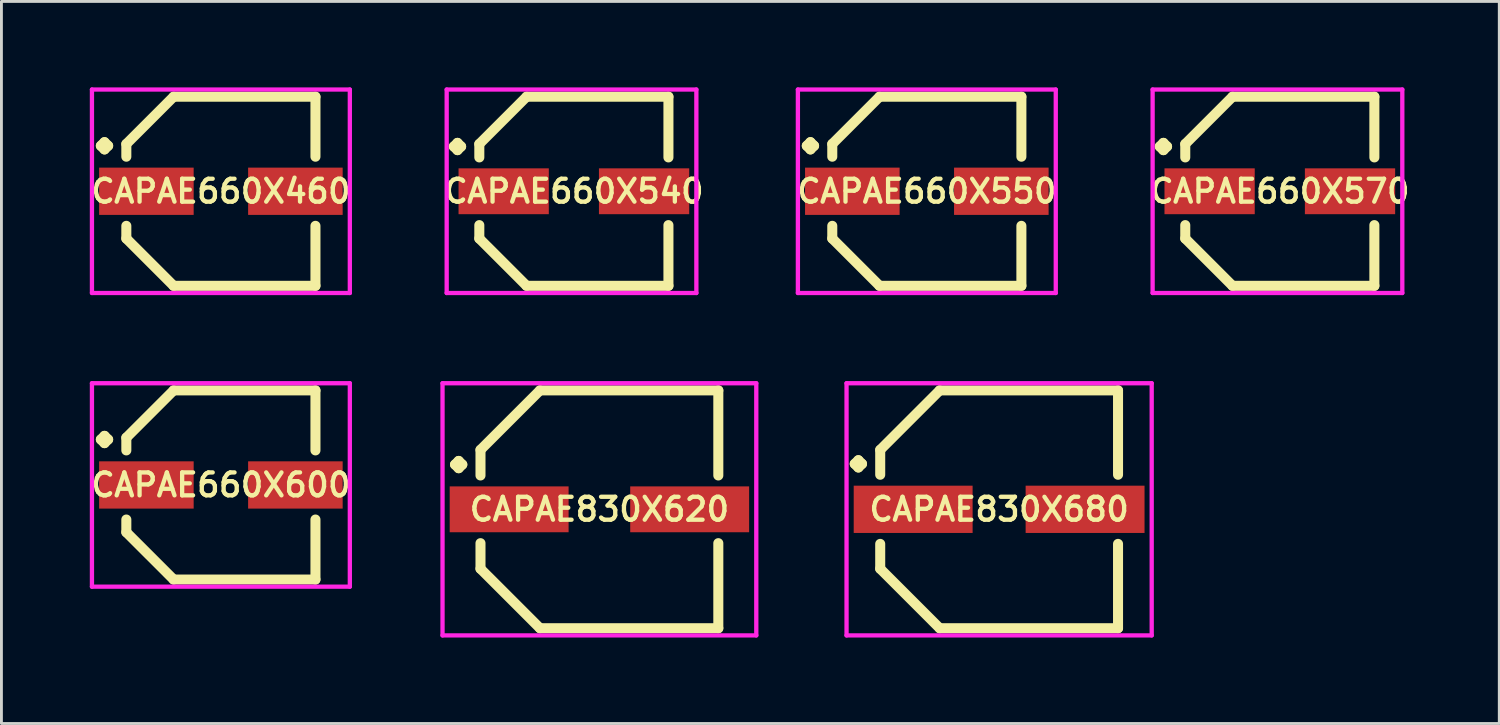
<source format=kicad_pcb>
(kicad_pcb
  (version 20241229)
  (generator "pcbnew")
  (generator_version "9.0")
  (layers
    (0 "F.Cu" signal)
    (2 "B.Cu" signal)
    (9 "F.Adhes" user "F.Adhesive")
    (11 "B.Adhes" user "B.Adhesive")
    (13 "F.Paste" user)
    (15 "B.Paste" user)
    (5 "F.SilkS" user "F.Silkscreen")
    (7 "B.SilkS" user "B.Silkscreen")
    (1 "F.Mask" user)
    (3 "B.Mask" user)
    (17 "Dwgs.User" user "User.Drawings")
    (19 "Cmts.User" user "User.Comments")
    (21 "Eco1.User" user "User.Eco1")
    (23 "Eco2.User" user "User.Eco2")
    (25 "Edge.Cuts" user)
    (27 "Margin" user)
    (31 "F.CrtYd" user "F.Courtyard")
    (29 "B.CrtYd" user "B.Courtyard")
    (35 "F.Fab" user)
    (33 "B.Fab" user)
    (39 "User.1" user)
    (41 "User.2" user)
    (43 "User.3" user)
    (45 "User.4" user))
  (footprint "CAPAE660X600"
    (layer "F.Cu")
    (at 4.659 13.875)
    (property "Reference" "CAPAE660X600" (at 0 0 0) (layer "F.SilkS") (effects (font (size 0.8 0.8) (thickness 0.15))))
    (attr smd)
    (fp_line (start -4.189 -1.587) (end -4.062 -1.714) (stroke (width 0.35) (type solid)) (layer "F.SilkS"))
    (fp_line (start -4.062 -1.714) (end -3.935 -1.587) (stroke (width 0.35) (type solid)) (layer "F.SilkS"))
    (fp_line (start -4.062 -1.46) (end -4.189 -1.587) (stroke (width 0.35) (type solid)) (layer "F.SilkS"))
    (fp_line (start -3.935 -1.587) (end -4.062 -1.46) (stroke (width 0.35) (type solid)) (layer "F.SilkS"))
    (fp_line (start -3.3 -1.65) (end -3.3 -1.206) (stroke (width 0.35) (type solid)) (layer "F.SilkS"))
    (fp_line (start -3.3 1.65) (end -3.3 1.206) (stroke (width 0.35) (type solid)) (layer "F.SilkS"))
    (fp_line (start -1.65 -3.3) (end -3.3 -1.65) (stroke (width 0.35) (type solid)) (layer "F.SilkS"))
    (fp_line (start -1.65 3.3) (end -3.3 1.65) (stroke (width 0.35) (type solid)) (layer "F.SilkS"))
    (fp_line (start 3.3 -3.3) (end -1.65 -3.3) (stroke (width 0.35) (type solid)) (layer "F.SilkS"))
    (fp_line (start 3.3 -1.206) (end 3.3 -3.3) (stroke (width 0.35) (type solid)) (layer "F.SilkS"))
    (fp_line (start 3.3 1.206) (end 3.3 3.3) (stroke (width 0.35) (type solid)) (layer "F.SilkS"))
    (fp_line (start 3.3 3.3) (end -1.65 3.3) (stroke (width 0.35) (type solid)) (layer "F.SilkS"))
    (fp_line (start -4.5 -3.55) (end 4.5 -3.55) (stroke (width 0.15) (type solid)) (layer "F.CrtYd"))
    (fp_line (start -4.5 3.55) (end -4.5 -3.55) (stroke (width 0.15) (type solid)) (layer "F.CrtYd"))
    (fp_line (start 4.5 -3.55) (end 4.5 3.55) (stroke (width 0.15) (type solid)) (layer "F.CrtYd"))
    (fp_line (start 4.5 3.55) (end -4.5 3.55) (stroke (width 0.15) (type solid)) (layer "F.CrtYd"))
    (pad "1" smd rect (at -2.6 0) (size 3.3 1.65) (layers "F.Cu" "F.Mask" "F.Paste"))
    (pad "2" smd rect (at 2.6 0) (size 3.3 1.65) (layers "F.Cu" "F.Mask" "F.Paste")))
  (footprint "CAPAE830X680"
    (layer "F.Cu")
    (at 31.819 14.725)
    (property "Reference" "CAPAE830X680" (at 0 0 0) (layer "F.SilkS") (effects (font (size 0.8 0.8) (thickness 0.15))))
    (attr smd)
    (fp_line (start -5.039 -1.587) (end -4.912 -1.714) (stroke (width 0.35) (type solid)) (layer "F.SilkS"))
    (fp_line (start -4.912 -1.714) (end -4.785 -1.587) (stroke (width 0.35) (type solid)) (layer "F.SilkS"))
    (fp_line (start -4.912 -1.46) (end -5.039 -1.587) (stroke (width 0.35) (type solid)) (layer "F.SilkS"))
    (fp_line (start -4.785 -1.587) (end -4.912 -1.46) (stroke (width 0.35) (type solid)) (layer "F.SilkS"))
    (fp_line (start -4.15 -2.075) (end -4.15 -1.206) (stroke (width 0.35) (type solid)) (layer "F.SilkS"))
    (fp_line (start -4.15 2.075) (end -4.15 1.206) (stroke (width 0.35) (type solid)) (layer "F.SilkS"))
    (fp_line (start -2.075 -4.15) (end -4.15 -2.075) (stroke (width 0.35) (type solid)) (layer "F.SilkS"))
    (fp_line (start -2.075 4.15) (end -4.15 2.075) (stroke (width 0.35) (type solid)) (layer "F.SilkS"))
    (fp_line (start 4.15 -4.15) (end -2.075 -4.15) (stroke (width 0.35) (type solid)) (layer "F.SilkS"))
    (fp_line (start 4.15 -1.206) (end 4.15 -4.15) (stroke (width 0.35) (type solid)) (layer "F.SilkS"))
    (fp_line (start 4.15 1.206) (end 4.15 4.15) (stroke (width 0.35) (type solid)) (layer "F.SilkS"))
    (fp_line (start 4.15 4.15) (end -2.075 4.15) (stroke (width 0.35) (type solid)) (layer "F.SilkS"))
    (fp_line (start -5.325 -4.4) (end 5.325 -4.4) (stroke (width 0.15) (type solid)) (layer "F.CrtYd"))
    (fp_line (start -5.325 4.4) (end -5.325 -4.4) (stroke (width 0.15) (type solid)) (layer "F.CrtYd"))
    (fp_line (start 5.325 -4.4) (end 5.325 4.4) (stroke (width 0.15) (type solid)) (layer "F.CrtYd"))
    (fp_line (start 5.325 4.4) (end -5.325 4.4) (stroke (width 0.15) (type solid)) (layer "F.CrtYd"))
    (pad "1" smd rect (at -3 0) (size 4.15 1.65) (layers "F.Cu" "F.Mask" "F.Paste"))
    (pad "2" smd rect (at 3 0) (size 4.15 1.65) (layers "F.Cu" "F.Mask" "F.Paste")))
  (footprint "CAPAE830X620"
    (layer "F.Cu")
    (at 17.869 14.725)
    (property "Reference" "CAPAE830X620" (at 0 0 0) (layer "F.SilkS") (effects (font (size 0.8 0.8) (thickness 0.15))))
    (attr smd)
    (fp_line (start -5.039 -1.562) (end -4.912 -1.689) (stroke (width 0.35) (type solid)) (layer "F.SilkS"))
    (fp_line (start -4.912 -1.689) (end -4.785 -1.562) (stroke (width 0.35) (type solid)) (layer "F.SilkS"))
    (fp_line (start -4.912 -1.435) (end -5.039 -1.562) (stroke (width 0.35) (type solid)) (layer "F.SilkS"))
    (fp_line (start -4.785 -1.562) (end -4.912 -1.435) (stroke (width 0.35) (type solid)) (layer "F.SilkS"))
    (fp_line (start -4.15 -2.075) (end -4.15 -1.181) (stroke (width 0.35) (type solid)) (layer "F.SilkS"))
    (fp_line (start -4.15 2.075) (end -4.15 1.181) (stroke (width 0.35) (type solid)) (layer "F.SilkS"))
    (fp_line (start -2.075 -4.15) (end -4.15 -2.075) (stroke (width 0.35) (type solid)) (layer "F.SilkS"))
    (fp_line (start -2.075 4.15) (end -4.15 2.075) (stroke (width 0.35) (type solid)) (layer "F.SilkS"))
    (fp_line (start 4.15 -4.15) (end -2.075 -4.15) (stroke (width 0.35) (type solid)) (layer "F.SilkS"))
    (fp_line (start 4.15 -1.181) (end 4.15 -4.15) (stroke (width 0.35) (type solid)) (layer "F.SilkS"))
    (fp_line (start 4.15 1.181) (end 4.15 4.15) (stroke (width 0.35) (type solid)) (layer "F.SilkS"))
    (fp_line (start 4.15 4.15) (end -2.075 4.15) (stroke (width 0.35) (type solid)) (layer "F.SilkS"))
    (fp_line (start -5.475 -4.4) (end 5.475 -4.4) (stroke (width 0.15) (type solid)) (layer "F.CrtYd"))
    (fp_line (start -5.475 4.4) (end -5.475 -4.4) (stroke (width 0.15) (type solid)) (layer "F.CrtYd"))
    (fp_line (start 5.475 -4.4) (end 5.475 4.4) (stroke (width 0.15) (type solid)) (layer "F.CrtYd"))
    (fp_line (start 5.475 4.4) (end -5.475 4.4) (stroke (width 0.15) (type solid)) (layer "F.CrtYd"))
    (pad "1" smd rect (at -3.15 0) (size 4.15 1.6) (layers "F.Cu" "F.Mask" "F.Paste"))
    (pad "2" smd rect (at 3.15 0) (size 4.15 1.6) (layers "F.Cu" "F.Mask" "F.Paste")))
  (footprint "CAPAE660X540"
    (layer "F.Cu")
    (at 16.978 3.625)
    (property "Reference" "CAPAE660X540" (at 0 0 0) (layer "F.SilkS") (effects (font (size 0.8 0.8) (thickness 0.15))))
    (attr smd)
    (fp_line (start -4.189 -1.562) (end -4.062 -1.689) (stroke (width 0.35) (type solid)) (layer "F.SilkS"))
    (fp_line (start -4.062 -1.689) (end -3.935 -1.562) (stroke (width 0.35) (type solid)) (layer "F.SilkS"))
    (fp_line (start -4.062 -1.435) (end -4.189 -1.562) (stroke (width 0.35) (type solid)) (layer "F.SilkS"))
    (fp_line (start -3.935 -1.562) (end -4.062 -1.435) (stroke (width 0.35) (type solid)) (layer "F.SilkS"))
    (fp_line (start -3.3 -1.65) (end -3.3 -1.181) (stroke (width 0.35) (type solid)) (layer "F.SilkS"))
    (fp_line (start -3.3 1.65) (end -3.3 1.181) (stroke (width 0.35) (type solid)) (layer "F.SilkS"))
    (fp_line (start -1.65 -3.3) (end -3.3 -1.65) (stroke (width 0.35) (type solid)) (layer "F.SilkS"))
    (fp_line (start -1.65 3.3) (end -3.3 1.65) (stroke (width 0.35) (type solid)) (layer "F.SilkS"))
    (fp_line (start 3.3 -3.3) (end -1.65 -3.3) (stroke (width 0.35) (type solid)) (layer "F.SilkS"))
    (fp_line (start 3.3 -1.181) (end 3.3 -3.3) (stroke (width 0.35) (type solid)) (layer "F.SilkS"))
    (fp_line (start 3.3 1.181) (end 3.3 3.3) (stroke (width 0.35) (type solid)) (layer "F.SilkS"))
    (fp_line (start 3.3 3.3) (end -1.65 3.3) (stroke (width 0.35) (type solid)) (layer "F.SilkS"))
    (fp_line (start -4.439 -3.55) (end 4.275 -3.55) (stroke (width 0.15) (type solid)) (layer "F.CrtYd"))
    (fp_line (start -4.439 3.55) (end -4.439 -3.55) (stroke (width 0.15) (type solid)) (layer "F.CrtYd"))
    (fp_line (start 4.275 -3.55) (end 4.275 3.55) (stroke (width 0.15) (type solid)) (layer "F.CrtYd"))
    (fp_line (start 4.275 3.55) (end -4.439 3.55) (stroke (width 0.15) (type solid)) (layer "F.CrtYd"))
    (pad "1" smd rect (at -2.45 0) (size 3.15 1.6) (layers "F.Cu" "F.Mask" "F.Paste"))
    (pad "2" smd rect (at 2.45 0) (size 3.15 1.6) (layers "F.Cu" "F.Mask" "F.Paste")))
  (footprint "CAPAE660X460"
    (layer "F.Cu")
    (at 4.659 3.625)
    (property "Reference" "CAPAE660X460" (at 0 0 0) (layer "F.SilkS") (effects (font (size 0.8 0.8) (thickness 0.15))))
    (attr smd)
    (fp_line (start -4.189 -1.587) (end -4.062 -1.714) (stroke (width 0.35) (type solid)) (layer "F.SilkS"))
    (fp_line (start -4.062 -1.714) (end -3.935 -1.587) (stroke (width 0.35) (type solid)) (layer "F.SilkS"))
    (fp_line (start -4.062 -1.46) (end -4.189 -1.587) (stroke (width 0.35) (type solid)) (layer "F.SilkS"))
    (fp_line (start -3.935 -1.587) (end -4.062 -1.46) (stroke (width 0.35) (type solid)) (layer "F.SilkS"))
    (fp_line (start -3.3 -1.65) (end -3.3 -1.206) (stroke (width 0.35) (type solid)) (layer "F.SilkS"))
    (fp_line (start -3.3 1.65) (end -3.3 1.206) (stroke (width 0.35) (type solid)) (layer "F.SilkS"))
    (fp_line (start -1.65 -3.3) (end -3.3 -1.65) (stroke (width 0.35) (type solid)) (layer "F.SilkS"))
    (fp_line (start -1.65 3.3) (end -3.3 1.65) (stroke (width 0.35) (type solid)) (layer "F.SilkS"))
    (fp_line (start 3.3 -3.3) (end -1.65 -3.3) (stroke (width 0.35) (type solid)) (layer "F.SilkS"))
    (fp_line (start 3.3 -1.206) (end 3.3 -3.3) (stroke (width 0.35) (type solid)) (layer "F.SilkS"))
    (fp_line (start 3.3 1.206) (end 3.3 3.3) (stroke (width 0.35) (type solid)) (layer "F.SilkS"))
    (fp_line (start 3.3 3.3) (end -1.65 3.3) (stroke (width 0.35) (type solid)) (layer "F.SilkS"))
    (fp_line (start -4.5 -3.55) (end 4.5 -3.55) (stroke (width 0.15) (type solid)) (layer "F.CrtYd"))
    (fp_line (start -4.5 3.55) (end -4.5 -3.55) (stroke (width 0.15) (type solid)) (layer "F.CrtYd"))
    (fp_line (start 4.5 -3.55) (end 4.5 3.55) (stroke (width 0.15) (type solid)) (layer "F.CrtYd"))
    (fp_line (start 4.5 3.55) (end -4.5 3.55) (stroke (width 0.15) (type solid)) (layer "F.CrtYd"))
    (pad "1" smd rect (at -2.6 0) (size 3.3 1.65) (layers "F.Cu" "F.Mask" "F.Paste"))
    (pad "2" smd rect (at 2.6 0) (size 3.3 1.65) (layers "F.Cu" "F.Mask" "F.Paste")))
  (footprint "CAPAE660X550"
    (layer "F.Cu")
    (at 29.296 3.625)
    (property "Reference" "CAPAE660X550" (at 0 0 0) (layer "F.SilkS") (effects (font (size 0.8 0.8) (thickness 0.15))))
    (attr smd)
    (fp_line (start -4.189 -1.587) (end -4.062 -1.714) (stroke (width 0.35) (type solid)) (layer "F.SilkS"))
    (fp_line (start -4.062 -1.714) (end -3.935 -1.587) (stroke (width 0.35) (type solid)) (layer "F.SilkS"))
    (fp_line (start -4.062 -1.46) (end -4.189 -1.587) (stroke (width 0.35) (type solid)) (layer "F.SilkS"))
    (fp_line (start -3.935 -1.587) (end -4.062 -1.46) (stroke (width 0.35) (type solid)) (layer "F.SilkS"))
    (fp_line (start -3.3 -1.65) (end -3.3 -1.206) (stroke (width 0.35) (type solid)) (layer "F.SilkS"))
    (fp_line (start -3.3 1.65) (end -3.3 1.206) (stroke (width 0.35) (type solid)) (layer "F.SilkS"))
    (fp_line (start -1.65 -3.3) (end -3.3 -1.65) (stroke (width 0.35) (type solid)) (layer "F.SilkS"))
    (fp_line (start -1.65 3.3) (end -3.3 1.65) (stroke (width 0.35) (type solid)) (layer "F.SilkS"))
    (fp_line (start 3.3 -3.3) (end -1.65 -3.3) (stroke (width 0.35) (type solid)) (layer "F.SilkS"))
    (fp_line (start 3.3 -1.206) (end 3.3 -3.3) (stroke (width 0.35) (type solid)) (layer "F.SilkS"))
    (fp_line (start 3.3 1.206) (end 3.3 3.3) (stroke (width 0.35) (type solid)) (layer "F.SilkS"))
    (fp_line (start 3.3 3.3) (end -1.65 3.3) (stroke (width 0.35) (type solid)) (layer "F.SilkS"))
    (fp_line (start -4.5 -3.55) (end 4.5 -3.55) (stroke (width 0.15) (type solid)) (layer "F.CrtYd"))
    (fp_line (start -4.5 3.55) (end -4.5 -3.55) (stroke (width 0.15) (type solid)) (layer "F.CrtYd"))
    (fp_line (start 4.5 -3.55) (end 4.5 3.55) (stroke (width 0.15) (type solid)) (layer "F.CrtYd"))
    (fp_line (start 4.5 3.55) (end -4.5 3.55) (stroke (width 0.15) (type solid)) (layer "F.CrtYd"))
    (pad "1" smd rect (at -2.6 0) (size 3.3 1.65) (layers "F.Cu" "F.Mask" "F.Paste"))
    (pad "2" smd rect (at 2.6 0) (size 3.3 1.65) (layers "F.Cu" "F.Mask" "F.Paste")))
  (footprint "CAPAE660X570"
    (layer "F.Cu")
    (at 41.615 3.625)
    (property "Reference" "CAPAE660X570" (at 0 0 0) (layer "F.SilkS") (effects (font (size 0.8 0.8) (thickness 0.15))))
    (attr smd)
    (fp_line (start -4.189 -1.562) (end -4.062 -1.689) (stroke (width 0.35) (type solid)) (layer "F.SilkS"))
    (fp_line (start -4.062 -1.689) (end -3.935 -1.562) (stroke (width 0.35) (type solid)) (layer "F.SilkS"))
    (fp_line (start -4.062 -1.435) (end -4.189 -1.562) (stroke (width 0.35) (type solid)) (layer "F.SilkS"))
    (fp_line (start -3.935 -1.562) (end -4.062 -1.435) (stroke (width 0.35) (type solid)) (layer "F.SilkS"))
    (fp_line (start -3.3 -1.65) (end -3.3 -1.181) (stroke (width 0.35) (type solid)) (layer "F.SilkS"))
    (fp_line (start -3.3 1.65) (end -3.3 1.181) (stroke (width 0.35) (type solid)) (layer "F.SilkS"))
    (fp_line (start -1.65 -3.3) (end -3.3 -1.65) (stroke (width 0.35) (type solid)) (layer "F.SilkS"))
    (fp_line (start -1.65 3.3) (end -3.3 1.65) (stroke (width 0.35) (type solid)) (layer "F.SilkS"))
    (fp_line (start 3.3 -3.3) (end -1.65 -3.3) (stroke (width 0.35) (type solid)) (layer "F.SilkS"))
    (fp_line (start 3.3 -1.181) (end 3.3 -3.3) (stroke (width 0.35) (type solid)) (layer "F.SilkS"))
    (fp_line (start 3.3 1.181) (end 3.3 3.3) (stroke (width 0.35) (type solid)) (layer "F.SilkS"))
    (fp_line (start 3.3 3.3) (end -1.65 3.3) (stroke (width 0.35) (type solid)) (layer "F.SilkS"))
    (fp_line (start -4.439 -3.55) (end 4.275 -3.55) (stroke (width 0.15) (type solid)) (layer "F.CrtYd"))
    (fp_line (start -4.439 3.55) (end -4.439 -3.55) (stroke (width 0.15) (type solid)) (layer "F.CrtYd"))
    (fp_line (start 4.275 -3.55) (end 4.275 3.55) (stroke (width 0.15) (type solid)) (layer "F.CrtYd"))
    (fp_line (start 4.275 3.55) (end -4.439 3.55) (stroke (width 0.15) (type solid)) (layer "F.CrtYd"))
    (pad "1" smd rect (at -2.45 0) (size 3.15 1.6) (layers "F.Cu" "F.Mask" "F.Paste"))
    (pad "2" smd rect (at 2.45 0) (size 3.15 1.6) (layers "F.Cu" "F.Mask" "F.Paste")))
  (gr_rect
    (start -3 -3)
    (end 49.274 22.2)
    (stroke (width 0.1) (type default))
    (fill no)
    (layer "Edge.Cuts")))
</source>
